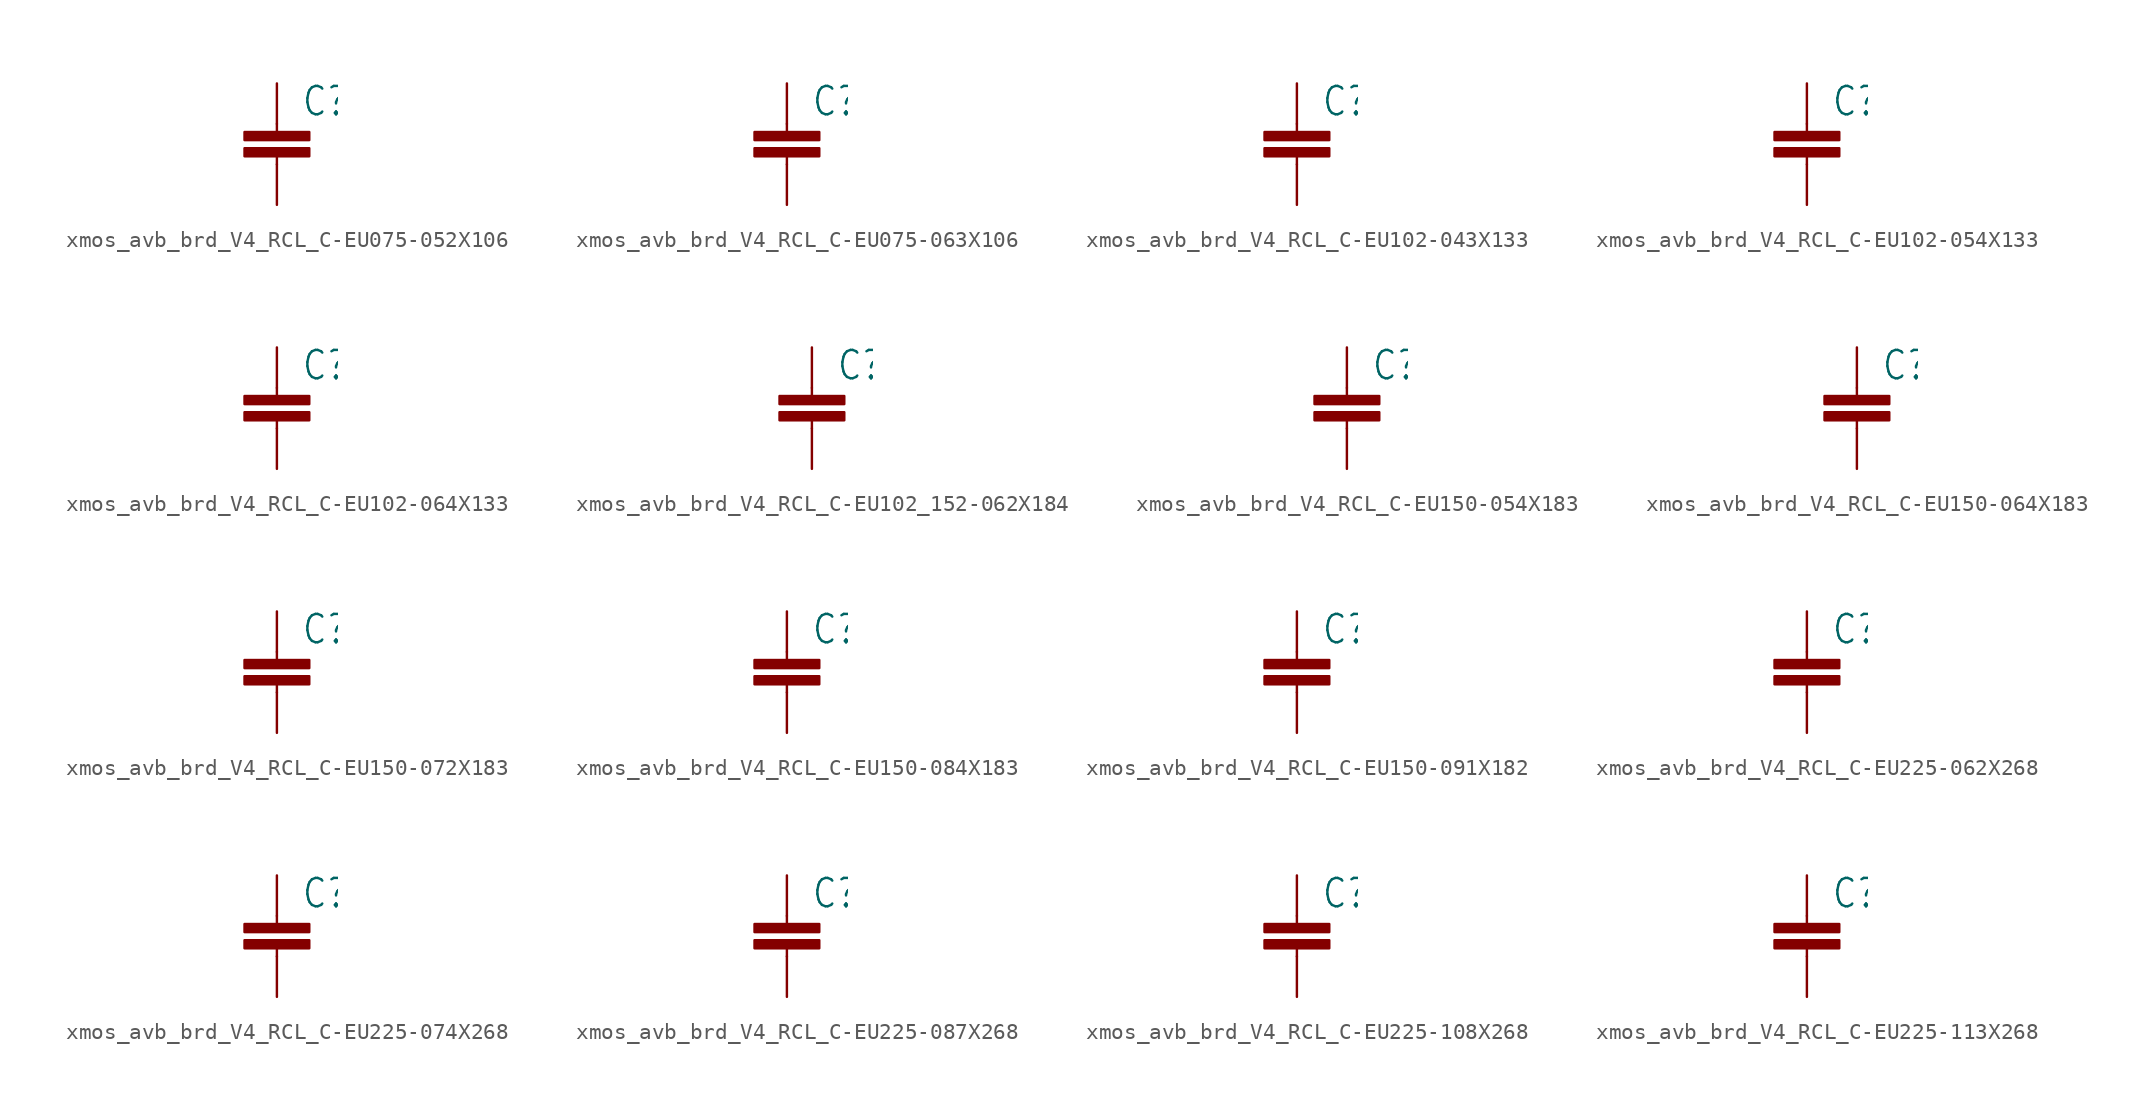
<source format=kicad_sym>
(kicad_symbol_lib
  (version 20241209)
  (generator "kicad_symbol_editor")
  (generator_version "9.0")
  (symbol "xmos_avb_brd_V4_RCL_C-EU075-052X106"
    (property "Reference" "C"
      (at 1.524 0.381 0)
      (effects (font (size 1.778 1.511)) (justify left bottom)))
    (property "Value" ""
      (at 1.524 -4.699 0)
      (effects (font (size 1.778 1.511)) (justify left bottom)))
    (property "ki_locked" ""
      (at 0 0 0)
      (effects (font (size 1.27 1.27))))
    (symbol "xmos_avb_brd_V4_RCL_C-EU075-052X106_1_0"
      (rectangle (start -2.032 -1.016) (end 2.032 -0.508) (stroke (width 0) (type default)) (fill (type outline)))
      (rectangle (start -2.032 -2.032) (end 2.032 -1.524) (stroke (width 0) (type default)) (fill (type outline)))
      (polyline (pts (xy 0 0) (xy 0 -0.508)) (stroke (width 0.152) (type solid)) (fill (type none)))
      (polyline (pts (xy 0 -2.54) (xy 0 -2.032)) (stroke (width 0.152) (type solid)) (fill (type none)))
      (pin passive line (at 0 2.54 270) (length 2.54) (name "1" (effects (font (size 0 0)))) (number "1" (effects (font (size 0 0)))))
      (pin passive line (at 0 -5.08 90) (length 2.54) (name "2" (effects (font (size 0 0)))) (number "2" (effects (font (size 0 0)))))))
  (symbol "xmos_avb_brd_V4_RCL_C-EU075-063X106"
    (property "Reference" "C"
      (at 1.524 0.381 0)
      (effects (font (size 1.778 1.511)) (justify left bottom)))
    (property "Value" ""
      (at 1.524 -4.699 0)
      (effects (font (size 1.778 1.511)) (justify left bottom)))
    (property "ki_locked" ""
      (at 0 0 0)
      (effects (font (size 1.27 1.27))))
    (symbol "xmos_avb_brd_V4_RCL_C-EU075-063X106_1_0"
      (rectangle (start -2.032 -1.016) (end 2.032 -0.508) (stroke (width 0) (type default)) (fill (type outline)))
      (rectangle (start -2.032 -2.032) (end 2.032 -1.524) (stroke (width 0) (type default)) (fill (type outline)))
      (polyline (pts (xy 0 0) (xy 0 -0.508)) (stroke (width 0.152) (type solid)) (fill (type none)))
      (polyline (pts (xy 0 -2.54) (xy 0 -2.032)) (stroke (width 0.152) (type solid)) (fill (type none)))
      (pin passive line (at 0 2.54 270) (length 2.54) (name "1" (effects (font (size 0 0)))) (number "1" (effects (font (size 0 0)))))
      (pin passive line (at 0 -5.08 90) (length 2.54) (name "2" (effects (font (size 0 0)))) (number "2" (effects (font (size 0 0)))))))
  (symbol "xmos_avb_brd_V4_RCL_C-EU102-043X133"
    (property "Reference" "C"
      (at 1.524 0.381 0)
      (effects (font (size 1.778 1.511)) (justify left bottom)))
    (property "Value" ""
      (at 1.524 -4.699 0)
      (effects (font (size 1.778 1.511)) (justify left bottom)))
    (property "ki_locked" ""
      (at 0 0 0)
      (effects (font (size 1.27 1.27))))
    (symbol "xmos_avb_brd_V4_RCL_C-EU102-043X133_1_0"
      (rectangle (start -2.032 -1.016) (end 2.032 -0.508) (stroke (width 0) (type default)) (fill (type outline)))
      (rectangle (start -2.032 -2.032) (end 2.032 -1.524) (stroke (width 0) (type default)) (fill (type outline)))
      (polyline (pts (xy 0 0) (xy 0 -0.508)) (stroke (width 0.152) (type solid)) (fill (type none)))
      (polyline (pts (xy 0 -2.54) (xy 0 -2.032)) (stroke (width 0.152) (type solid)) (fill (type none)))
      (pin passive line (at 0 2.54 270) (length 2.54) (name "1" (effects (font (size 0 0)))) (number "1" (effects (font (size 0 0)))))
      (pin passive line (at 0 -5.08 90) (length 2.54) (name "2" (effects (font (size 0 0)))) (number "2" (effects (font (size 0 0)))))))
  (symbol "xmos_avb_brd_V4_RCL_C-EU102-054X133"
    (property "Reference" "C"
      (at 1.524 0.381 0)
      (effects (font (size 1.778 1.511)) (justify left bottom)))
    (property "Value" ""
      (at 1.524 -4.699 0)
      (effects (font (size 1.778 1.511)) (justify left bottom)))
    (property "ki_locked" ""
      (at 0 0 0)
      (effects (font (size 1.27 1.27))))
    (symbol "xmos_avb_brd_V4_RCL_C-EU102-054X133_1_0"
      (rectangle (start -2.032 -1.016) (end 2.032 -0.508) (stroke (width 0) (type default)) (fill (type outline)))
      (rectangle (start -2.032 -2.032) (end 2.032 -1.524) (stroke (width 0) (type default)) (fill (type outline)))
      (polyline (pts (xy 0 0) (xy 0 -0.508)) (stroke (width 0.152) (type solid)) (fill (type none)))
      (polyline (pts (xy 0 -2.54) (xy 0 -2.032)) (stroke (width 0.152) (type solid)) (fill (type none)))
      (pin passive line (at 0 2.54 270) (length 2.54) (name "1" (effects (font (size 0 0)))) (number "1" (effects (font (size 0 0)))))
      (pin passive line (at 0 -5.08 90) (length 2.54) (name "2" (effects (font (size 0 0)))) (number "2" (effects (font (size 0 0)))))))
  (symbol "xmos_avb_brd_V4_RCL_C-EU102-064X133"
    (property "Reference" "C"
      (at 1.524 0.381 0)
      (effects (font (size 1.778 1.511)) (justify left bottom)))
    (property "Value" ""
      (at 1.524 -4.699 0)
      (effects (font (size 1.778 1.511)) (justify left bottom)))
    (property "ki_locked" ""
      (at 0 0 0)
      (effects (font (size 1.27 1.27))))
    (symbol "xmos_avb_brd_V4_RCL_C-EU102-064X133_1_0"
      (rectangle (start -2.032 -1.016) (end 2.032 -0.508) (stroke (width 0) (type default)) (fill (type outline)))
      (rectangle (start -2.032 -2.032) (end 2.032 -1.524) (stroke (width 0) (type default)) (fill (type outline)))
      (polyline (pts (xy 0 0) (xy 0 -0.508)) (stroke (width 0.152) (type solid)) (fill (type none)))
      (polyline (pts (xy 0 -2.54) (xy 0 -2.032)) (stroke (width 0.152) (type solid)) (fill (type none)))
      (pin passive line (at 0 2.54 270) (length 2.54) (name "1" (effects (font (size 0 0)))) (number "1" (effects (font (size 0 0)))))
      (pin passive line (at 0 -5.08 90) (length 2.54) (name "2" (effects (font (size 0 0)))) (number "2" (effects (font (size 0 0)))))))
  (symbol "xmos_avb_brd_V4_RCL_C-EU102_152-062X184"
    (property "Reference" "C"
      (at 1.524 0.381 0)
      (effects (font (size 1.778 1.511)) (justify left bottom)))
    (property "Value" ""
      (at 1.524 -4.699 0)
      (effects (font (size 1.778 1.511)) (justify left bottom)))
    (property "ki_locked" ""
      (at 0 0 0)
      (effects (font (size 1.27 1.27))))
    (symbol "xmos_avb_brd_V4_RCL_C-EU102_152-062X184_1_0"
      (rectangle (start -2.032 -1.016) (end 2.032 -0.508) (stroke (width 0) (type default)) (fill (type outline)))
      (rectangle (start -2.032 -2.032) (end 2.032 -1.524) (stroke (width 0) (type default)) (fill (type outline)))
      (polyline (pts (xy 0 0) (xy 0 -0.508)) (stroke (width 0.152) (type solid)) (fill (type none)))
      (polyline (pts (xy 0 -2.54) (xy 0 -2.032)) (stroke (width 0.152) (type solid)) (fill (type none)))
      (pin passive line (at 0 2.54 270) (length 2.54) (name "1" (effects (font (size 0 0)))) (number "1" (effects (font (size 0 0)))))
      (pin passive line (at 0 -5.08 90) (length 2.54) (name "2" (effects (font (size 0 0)))) (number "2" (effects (font (size 0 0)))))))
  (symbol "xmos_avb_brd_V4_RCL_C-EU150-054X183"
    (property "Reference" "C"
      (at 1.524 0.381 0)
      (effects (font (size 1.778 1.511)) (justify left bottom)))
    (property "Value" ""
      (at 1.524 -4.699 0)
      (effects (font (size 1.778 1.511)) (justify left bottom)))
    (property "ki_locked" ""
      (at 0 0 0)
      (effects (font (size 1.27 1.27))))
    (symbol "xmos_avb_brd_V4_RCL_C-EU150-054X183_1_0"
      (rectangle (start -2.032 -1.016) (end 2.032 -0.508) (stroke (width 0) (type default)) (fill (type outline)))
      (rectangle (start -2.032 -2.032) (end 2.032 -1.524) (stroke (width 0) (type default)) (fill (type outline)))
      (polyline (pts (xy 0 0) (xy 0 -0.508)) (stroke (width 0.152) (type solid)) (fill (type none)))
      (polyline (pts (xy 0 -2.54) (xy 0 -2.032)) (stroke (width 0.152) (type solid)) (fill (type none)))
      (pin passive line (at 0 2.54 270) (length 2.54) (name "1" (effects (font (size 0 0)))) (number "1" (effects (font (size 0 0)))))
      (pin passive line (at 0 -5.08 90) (length 2.54) (name "2" (effects (font (size 0 0)))) (number "2" (effects (font (size 0 0)))))))
  (symbol "xmos_avb_brd_V4_RCL_C-EU150-064X183"
    (property "Reference" "C"
      (at 1.524 0.381 0)
      (effects (font (size 1.778 1.511)) (justify left bottom)))
    (property "Value" ""
      (at 1.524 -4.699 0)
      (effects (font (size 1.778 1.511)) (justify left bottom)))
    (property "ki_locked" ""
      (at 0 0 0)
      (effects (font (size 1.27 1.27))))
    (symbol "xmos_avb_brd_V4_RCL_C-EU150-064X183_1_0"
      (rectangle (start -2.032 -1.016) (end 2.032 -0.508) (stroke (width 0) (type default)) (fill (type outline)))
      (rectangle (start -2.032 -2.032) (end 2.032 -1.524) (stroke (width 0) (type default)) (fill (type outline)))
      (polyline (pts (xy 0 0) (xy 0 -0.508)) (stroke (width 0.152) (type solid)) (fill (type none)))
      (polyline (pts (xy 0 -2.54) (xy 0 -2.032)) (stroke (width 0.152) (type solid)) (fill (type none)))
      (pin passive line (at 0 2.54 270) (length 2.54) (name "1" (effects (font (size 0 0)))) (number "1" (effects (font (size 0 0)))))
      (pin passive line (at 0 -5.08 90) (length 2.54) (name "2" (effects (font (size 0 0)))) (number "2" (effects (font (size 0 0)))))))
  (symbol "xmos_avb_brd_V4_RCL_C-EU150-072X183"
    (property "Reference" "C"
      (at 1.524 0.381 0)
      (effects (font (size 1.778 1.511)) (justify left bottom)))
    (property "Value" ""
      (at 1.524 -4.699 0)
      (effects (font (size 1.778 1.511)) (justify left bottom)))
    (property "ki_locked" ""
      (at 0 0 0)
      (effects (font (size 1.27 1.27))))
    (symbol "xmos_avb_brd_V4_RCL_C-EU150-072X183_1_0"
      (rectangle (start -2.032 -1.016) (end 2.032 -0.508) (stroke (width 0) (type default)) (fill (type outline)))
      (rectangle (start -2.032 -2.032) (end 2.032 -1.524) (stroke (width 0) (type default)) (fill (type outline)))
      (polyline (pts (xy 0 0) (xy 0 -0.508)) (stroke (width 0.152) (type solid)) (fill (type none)))
      (polyline (pts (xy 0 -2.54) (xy 0 -2.032)) (stroke (width 0.152) (type solid)) (fill (type none)))
      (pin passive line (at 0 2.54 270) (length 2.54) (name "1" (effects (font (size 0 0)))) (number "1" (effects (font (size 0 0)))))
      (pin passive line (at 0 -5.08 90) (length 2.54) (name "2" (effects (font (size 0 0)))) (number "2" (effects (font (size 0 0)))))))
  (symbol "xmos_avb_brd_V4_RCL_C-EU150-084X183"
    (property "Reference" "C"
      (at 1.524 0.381 0)
      (effects (font (size 1.778 1.511)) (justify left bottom)))
    (property "Value" ""
      (at 1.524 -4.699 0)
      (effects (font (size 1.778 1.511)) (justify left bottom)))
    (property "ki_locked" ""
      (at 0 0 0)
      (effects (font (size 1.27 1.27))))
    (symbol "xmos_avb_brd_V4_RCL_C-EU150-084X183_1_0"
      (rectangle (start -2.032 -1.016) (end 2.032 -0.508) (stroke (width 0) (type default)) (fill (type outline)))
      (rectangle (start -2.032 -2.032) (end 2.032 -1.524) (stroke (width 0) (type default)) (fill (type outline)))
      (polyline (pts (xy 0 0) (xy 0 -0.508)) (stroke (width 0.152) (type solid)) (fill (type none)))
      (polyline (pts (xy 0 -2.54) (xy 0 -2.032)) (stroke (width 0.152) (type solid)) (fill (type none)))
      (pin passive line (at 0 2.54 270) (length 2.54) (name "1" (effects (font (size 0 0)))) (number "1" (effects (font (size 0 0)))))
      (pin passive line (at 0 -5.08 90) (length 2.54) (name "2" (effects (font (size 0 0)))) (number "2" (effects (font (size 0 0)))))))
  (symbol "xmos_avb_brd_V4_RCL_C-EU150-091X182"
    (property "Reference" "C"
      (at 1.524 0.381 0)
      (effects (font (size 1.778 1.511)) (justify left bottom)))
    (property "Value" ""
      (at 1.524 -4.699 0)
      (effects (font (size 1.778 1.511)) (justify left bottom)))
    (property "ki_locked" ""
      (at 0 0 0)
      (effects (font (size 1.27 1.27))))
    (symbol "xmos_avb_brd_V4_RCL_C-EU150-091X182_1_0"
      (rectangle (start -2.032 -1.016) (end 2.032 -0.508) (stroke (width 0) (type default)) (fill (type outline)))
      (rectangle (start -2.032 -2.032) (end 2.032 -1.524) (stroke (width 0) (type default)) (fill (type outline)))
      (polyline (pts (xy 0 0) (xy 0 -0.508)) (stroke (width 0.152) (type solid)) (fill (type none)))
      (polyline (pts (xy 0 -2.54) (xy 0 -2.032)) (stroke (width 0.152) (type solid)) (fill (type none)))
      (pin passive line (at 0 2.54 270) (length 2.54) (name "1" (effects (font (size 0 0)))) (number "1" (effects (font (size 0 0)))))
      (pin passive line (at 0 -5.08 90) (length 2.54) (name "2" (effects (font (size 0 0)))) (number "2" (effects (font (size 0 0)))))))
  (symbol "xmos_avb_brd_V4_RCL_C-EU225-062X268"
    (property "Reference" "C"
      (at 1.524 0.381 0)
      (effects (font (size 1.778 1.511)) (justify left bottom)))
    (property "Value" ""
      (at 1.524 -4.699 0)
      (effects (font (size 1.778 1.511)) (justify left bottom)))
    (property "ki_locked" ""
      (at 0 0 0)
      (effects (font (size 1.27 1.27))))
    (symbol "xmos_avb_brd_V4_RCL_C-EU225-062X268_1_0"
      (rectangle (start -2.032 -1.016) (end 2.032 -0.508) (stroke (width 0) (type default)) (fill (type outline)))
      (rectangle (start -2.032 -2.032) (end 2.032 -1.524) (stroke (width 0) (type default)) (fill (type outline)))
      (polyline (pts (xy 0 0) (xy 0 -0.508)) (stroke (width 0.152) (type solid)) (fill (type none)))
      (polyline (pts (xy 0 -2.54) (xy 0 -2.032)) (stroke (width 0.152) (type solid)) (fill (type none)))
      (pin passive line (at 0 2.54 270) (length 2.54) (name "1" (effects (font (size 0 0)))) (number "1" (effects (font (size 0 0)))))
      (pin passive line (at 0 -5.08 90) (length 2.54) (name "2" (effects (font (size 0 0)))) (number "2" (effects (font (size 0 0)))))))
  (symbol "xmos_avb_brd_V4_RCL_C-EU225-074X268"
    (property "Reference" "C"
      (at 1.524 0.381 0)
      (effects (font (size 1.778 1.511)) (justify left bottom)))
    (property "Value" ""
      (at 1.524 -4.699 0)
      (effects (font (size 1.778 1.511)) (justify left bottom)))
    (property "ki_locked" ""
      (at 0 0 0)
      (effects (font (size 1.27 1.27))))
    (symbol "xmos_avb_brd_V4_RCL_C-EU225-074X268_1_0"
      (rectangle (start -2.032 -1.016) (end 2.032 -0.508) (stroke (width 0) (type default)) (fill (type outline)))
      (rectangle (start -2.032 -2.032) (end 2.032 -1.524) (stroke (width 0) (type default)) (fill (type outline)))
      (polyline (pts (xy 0 0) (xy 0 -0.508)) (stroke (width 0.152) (type solid)) (fill (type none)))
      (polyline (pts (xy 0 -2.54) (xy 0 -2.032)) (stroke (width 0.152) (type solid)) (fill (type none)))
      (pin passive line (at 0 2.54 270) (length 2.54) (name "1" (effects (font (size 0 0)))) (number "1" (effects (font (size 0 0)))))
      (pin passive line (at 0 -5.08 90) (length 2.54) (name "2" (effects (font (size 0 0)))) (number "2" (effects (font (size 0 0)))))))
  (symbol "xmos_avb_brd_V4_RCL_C-EU225-087X268"
    (property "Reference" "C"
      (at 1.524 0.381 0)
      (effects (font (size 1.778 1.511)) (justify left bottom)))
    (property "Value" ""
      (at 1.524 -4.699 0)
      (effects (font (size 1.778 1.511)) (justify left bottom)))
    (property "ki_locked" ""
      (at 0 0 0)
      (effects (font (size 1.27 1.27))))
    (symbol "xmos_avb_brd_V4_RCL_C-EU225-087X268_1_0"
      (rectangle (start -2.032 -1.016) (end 2.032 -0.508) (stroke (width 0) (type default)) (fill (type outline)))
      (rectangle (start -2.032 -2.032) (end 2.032 -1.524) (stroke (width 0) (type default)) (fill (type outline)))
      (polyline (pts (xy 0 0) (xy 0 -0.508)) (stroke (width 0.152) (type solid)) (fill (type none)))
      (polyline (pts (xy 0 -2.54) (xy 0 -2.032)) (stroke (width 0.152) (type solid)) (fill (type none)))
      (pin passive line (at 0 2.54 270) (length 2.54) (name "1" (effects (font (size 0 0)))) (number "1" (effects (font (size 0 0)))))
      (pin passive line (at 0 -5.08 90) (length 2.54) (name "2" (effects (font (size 0 0)))) (number "2" (effects (font (size 0 0)))))))
  (symbol "xmos_avb_brd_V4_RCL_C-EU225-108X268"
    (property "Reference" "C"
      (at 1.524 0.381 0)
      (effects (font (size 1.778 1.511)) (justify left bottom)))
    (property "Value" ""
      (at 1.524 -4.699 0)
      (effects (font (size 1.778 1.511)) (justify left bottom)))
    (property "ki_locked" ""
      (at 0 0 0)
      (effects (font (size 1.27 1.27))))
    (symbol "xmos_avb_brd_V4_RCL_C-EU225-108X268_1_0"
      (rectangle (start -2.032 -1.016) (end 2.032 -0.508) (stroke (width 0) (type default)) (fill (type outline)))
      (rectangle (start -2.032 -2.032) (end 2.032 -1.524) (stroke (width 0) (type default)) (fill (type outline)))
      (polyline (pts (xy 0 0) (xy 0 -0.508)) (stroke (width 0.152) (type solid)) (fill (type none)))
      (polyline (pts (xy 0 -2.54) (xy 0 -2.032)) (stroke (width 0.152) (type solid)) (fill (type none)))
      (pin passive line (at 0 2.54 270) (length 2.54) (name "1" (effects (font (size 0 0)))) (number "1" (effects (font (size 0 0)))))
      (pin passive line (at 0 -5.08 90) (length 2.54) (name "2" (effects (font (size 0 0)))) (number "2" (effects (font (size 0 0)))))))
  (symbol "xmos_avb_brd_V4_RCL_C-EU225-113X268"
    (property "Reference" "C"
      (at 1.524 0.381 0)
      (effects (font (size 1.778 1.511)) (justify left bottom)))
    (property "Value" ""
      (at 1.524 -4.699 0)
      (effects (font (size 1.778 1.511)) (justify left bottom)))
    (property "ki_locked" ""
      (at 0 0 0)
      (effects (font (size 1.27 1.27))))
    (symbol "xmos_avb_brd_V4_RCL_C-EU225-113X268_1_0"
      (rectangle (start -2.032 -1.016) (end 2.032 -0.508) (stroke (width 0) (type default)) (fill (type outline)))
      (rectangle (start -2.032 -2.032) (end 2.032 -1.524) (stroke (width 0) (type default)) (fill (type outline)))
      (polyline (pts (xy 0 0) (xy 0 -0.508)) (stroke (width 0.152) (type solid)) (fill (type none)))
      (polyline (pts (xy 0 -2.54) (xy 0 -2.032)) (stroke (width 0.152) (type solid)) (fill (type none)))
      (pin passive line (at 0 2.54 270) (length 2.54) (name "1" (effects (font (size 0 0)))) (number "1" (effects (font (size 0 0)))))
      (pin passive line (at 0 -5.08 90) (length 2.54) (name "2" (effects (font (size 0 0)))) (number "2" (effects (font (size 0 0))))))))
</source>
